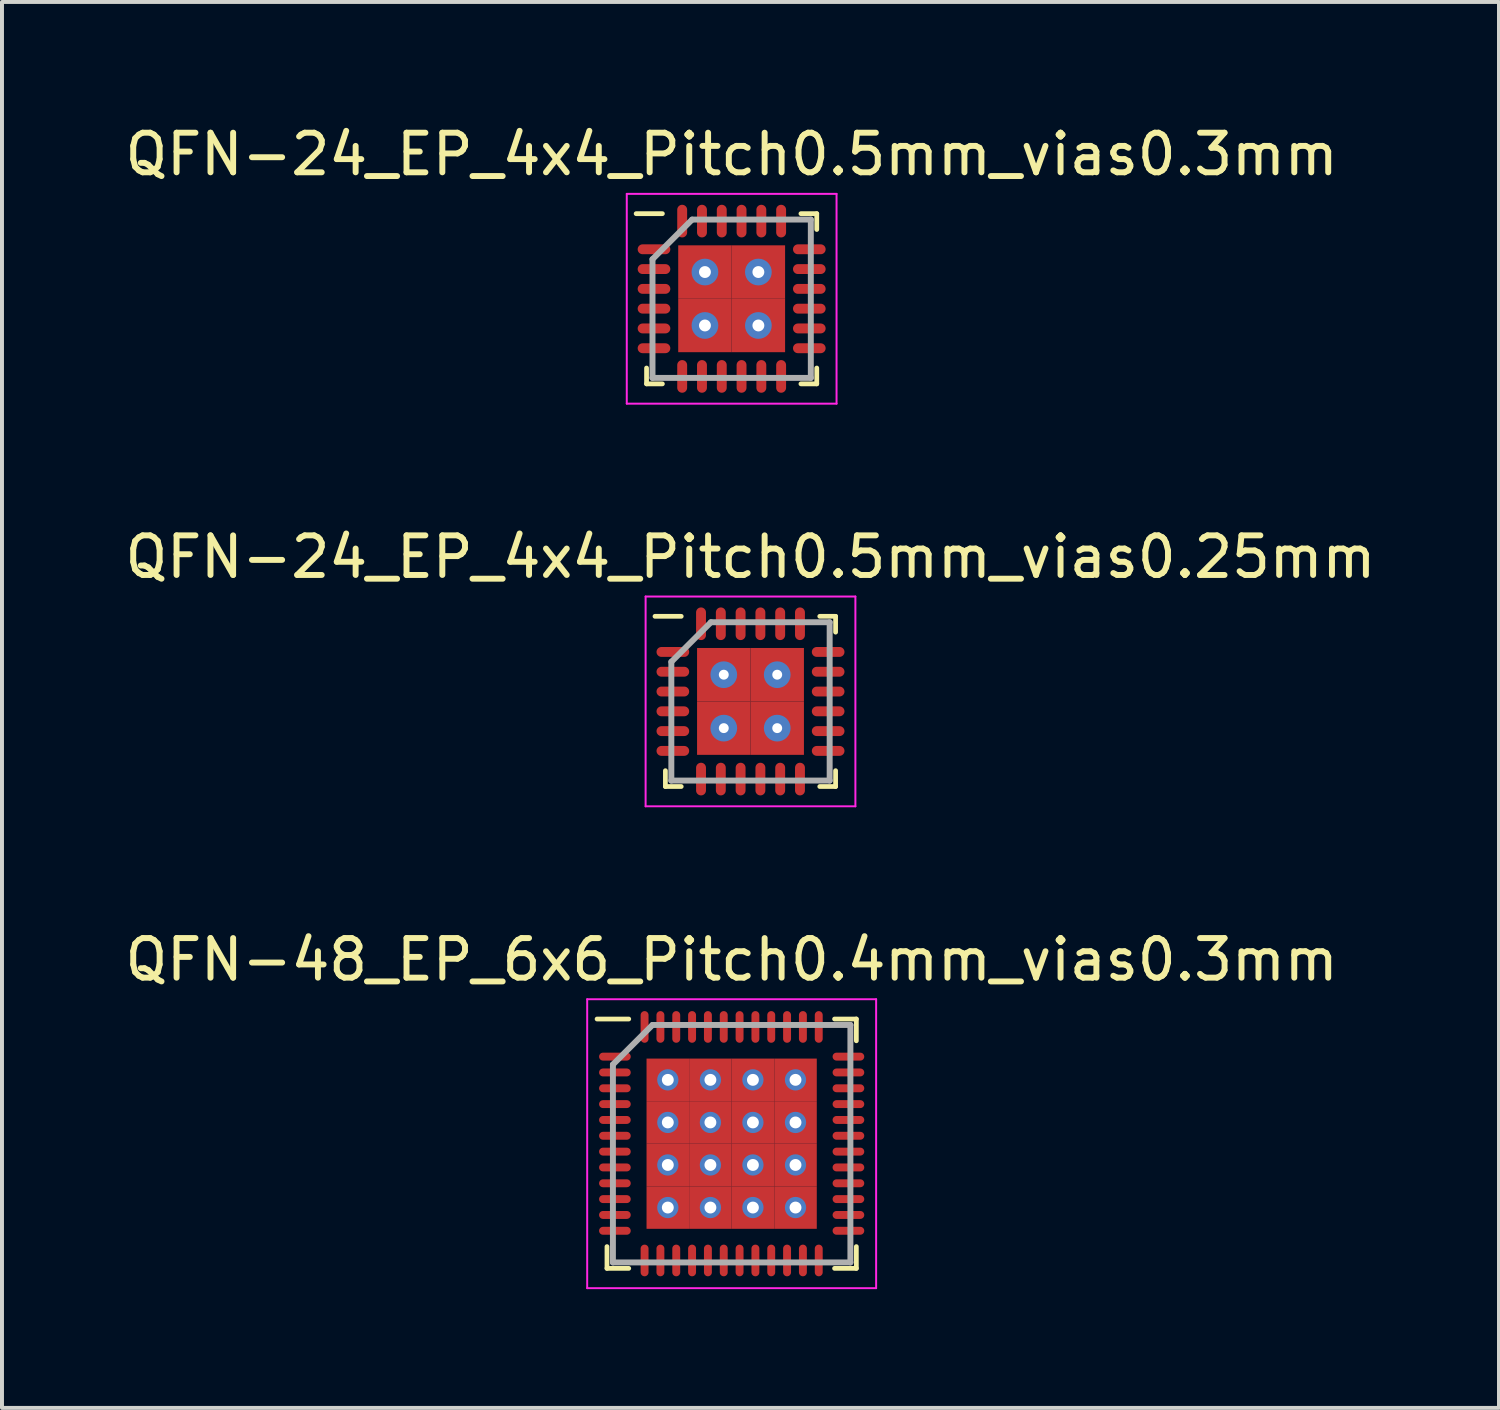
<source format=kicad_pcb>
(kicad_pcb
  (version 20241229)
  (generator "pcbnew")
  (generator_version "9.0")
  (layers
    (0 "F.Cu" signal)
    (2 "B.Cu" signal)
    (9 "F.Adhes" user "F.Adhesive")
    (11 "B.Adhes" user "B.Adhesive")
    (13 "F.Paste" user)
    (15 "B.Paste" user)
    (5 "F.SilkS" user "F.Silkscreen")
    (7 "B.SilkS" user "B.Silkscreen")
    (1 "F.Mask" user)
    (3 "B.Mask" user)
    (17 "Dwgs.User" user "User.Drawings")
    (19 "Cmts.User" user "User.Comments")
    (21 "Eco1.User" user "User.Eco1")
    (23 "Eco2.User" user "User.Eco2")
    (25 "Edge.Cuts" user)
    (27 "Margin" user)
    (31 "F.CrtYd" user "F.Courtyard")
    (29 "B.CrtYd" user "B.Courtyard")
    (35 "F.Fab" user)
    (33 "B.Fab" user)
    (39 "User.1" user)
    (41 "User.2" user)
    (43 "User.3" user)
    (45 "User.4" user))
  (footprint "QFN-48_EP_6x6_Pitch0.4mm_vias0.3mm"
    (layer "F.Cu")
    (at 15.435 25.845)
    (property "Reference" "QFN-48_EP_6x6_Pitch0.4mm_vias0.3mm" (at 0 -4.65 0) (layer "F.SilkS") (effects (font (size 1 1) (thickness 0.15))))
    (attr through_hole)
    (fp_line (start -3.15 3.15) (end -3.15 2.6) (stroke (width 0.12) (type default)) (layer "F.SilkS"))
    (fp_line (start -2.6 -3.15) (end -3.4 -3.15) (stroke (width 0.12) (type default)) (layer "F.SilkS"))
    (fp_line (start -2.6 3.15) (end -3.15 3.15) (stroke (width 0.12) (type default)) (layer "F.SilkS"))
    (fp_line (start 2.6 -3.15) (end 3.15 -3.15) (stroke (width 0.12) (type default)) (layer "F.SilkS"))
    (fp_line (start 2.6 3.15) (end 3.15 3.15) (stroke (width 0.12) (type default)) (layer "F.SilkS"))
    (fp_line (start 3.15 -3.15) (end 3.15 -2.6) (stroke (width 0.12) (type default)) (layer "F.SilkS"))
    (fp_line (start 3.15 3.15) (end 3.15 2.6) (stroke (width 0.12) (type default)) (layer "F.SilkS"))
    (fp_line (start -3.65 -3.65) (end 3.65 -3.65) (stroke (width 0.05) (type default)) (layer "F.CrtYd"))
    (fp_line (start -3.65 3.65) (end -3.65 -3.65) (stroke (width 0.05) (type default)) (layer "F.CrtYd"))
    (fp_line (start 3.65 -3.65) (end 3.65 3.65) (stroke (width 0.05) (type default)) (layer "F.CrtYd"))
    (fp_line (start 3.65 3.65) (end -3.65 3.65) (stroke (width 0.05) (type default)) (layer "F.CrtYd"))
    (fp_line (start -3 -2) (end -3 3) (stroke (width 0.15) (type default)) (layer "F.Fab"))
    (fp_line (start -3 3) (end 3 3) (stroke (width 0.15) (type default)) (layer "F.Fab"))
    (fp_line (start -2 -3) (end -3 -2) (stroke (width 0.15) (type default)) (layer "F.Fab"))
    (fp_line (start 3 -3) (end -2 -3) (stroke (width 0.15) (type default)) (layer "F.Fab"))
    (fp_line (start 3 3) (end 3 -3) (stroke (width 0.15) (type default)) (layer "F.Fab"))
    (pad "1" smd oval (at -2.95 -2.2 90) (size 0.2 0.8) (layers "F.Cu" "F.Mask" "F.Paste"))
    (pad "2" smd oval (at -2.95 -1.8 90) (size 0.2 0.8) (layers "F.Cu" "F.Mask" "F.Paste"))
    (pad "3" smd oval (at -2.95 -1.4 90) (size 0.2 0.8) (layers "F.Cu" "F.Mask" "F.Paste"))
    (pad "4" smd oval (at -2.95 -1 90) (size 0.2 0.8) (layers "F.Cu" "F.Mask" "F.Paste"))
    (pad "5" smd oval (at -2.95 -0.6 90) (size 0.2 0.8) (layers "F.Cu" "F.Mask" "F.Paste"))
    (pad "6" smd oval (at -2.95 -0.2 90) (size 0.2 0.8) (layers "F.Cu" "F.Mask" "F.Paste"))
    (pad "7" smd oval (at -2.95 0.2 90) (size 0.2 0.8) (layers "F.Cu" "F.Mask" "F.Paste"))
    (pad "8" smd oval (at -2.95 0.6 90) (size 0.2 0.8) (layers "F.Cu" "F.Mask" "F.Paste"))
    (pad "9" smd oval (at -2.95 1 90) (size 0.2 0.8) (layers "F.Cu" "F.Mask" "F.Paste"))
    (pad "10" smd oval (at -2.95 1.4 90) (size 0.2 0.8) (layers "F.Cu" "F.Mask" "F.Paste"))
    (pad "11" smd oval (at -2.95 1.8 90) (size 0.2 0.8) (layers "F.Cu" "F.Mask" "F.Paste"))
    (pad "12" smd oval (at -2.95 2.2 90) (size 0.2 0.8) (layers "F.Cu" "F.Mask" "F.Paste"))
    (pad "13" smd oval (at -2.2 2.95) (size 0.2 0.8) (layers "F.Cu" "F.Mask" "F.Paste"))
    (pad "14" smd oval (at -1.8 2.95) (size 0.2 0.8) (layers "F.Cu" "F.Mask" "F.Paste"))
    (pad "15" smd oval (at -1.4 2.95) (size 0.2 0.8) (layers "F.Cu" "F.Mask" "F.Paste"))
    (pad "16" smd oval (at -1 2.95) (size 0.2 0.8) (layers "F.Cu" "F.Mask" "F.Paste"))
    (pad "17" smd oval (at -0.6 2.95) (size 0.2 0.8) (layers "F.Cu" "F.Mask" "F.Paste"))
    (pad "18" smd oval (at -0.2 2.95) (size 0.2 0.8) (layers "F.Cu" "F.Mask" "F.Paste"))
    (pad "19" smd oval (at 0.2 2.95) (size 0.2 0.8) (layers "F.Cu" "F.Mask" "F.Paste"))
    (pad "20" smd oval (at 0.6 2.95) (size 0.2 0.8) (layers "F.Cu" "F.Mask" "F.Paste"))
    (pad "21" smd oval (at 1 2.95) (size 0.2 0.8) (layers "F.Cu" "F.Mask" "F.Paste"))
    (pad "22" smd oval (at 1.4 2.95) (size 0.2 0.8) (layers "F.Cu" "F.Mask" "F.Paste"))
    (pad "23" smd oval (at 1.8 2.95) (size 0.2 0.8) (layers "F.Cu" "F.Mask" "F.Paste"))
    (pad "24" smd oval (at 2.2 2.95) (size 0.2 0.8) (layers "F.Cu" "F.Mask" "F.Paste"))
    (pad "25" smd oval (at 2.95 2.2 90) (size 0.2 0.8) (layers "F.Cu" "F.Mask" "F.Paste"))
    (pad "26" smd oval (at 2.95 1.8 90) (size 0.2 0.8) (layers "F.Cu" "F.Mask" "F.Paste"))
    (pad "27" smd oval (at 2.95 1.4 90) (size 0.2 0.8) (layers "F.Cu" "F.Mask" "F.Paste"))
    (pad "28" smd oval (at 2.95 1 90) (size 0.2 0.8) (layers "F.Cu" "F.Mask" "F.Paste"))
    (pad "29" smd oval (at 2.95 0.6 90) (size 0.2 0.8) (layers "F.Cu" "F.Mask" "F.Paste"))
    (pad "30" smd oval (at 2.95 0.2 90) (size 0.2 0.8) (layers "F.Cu" "F.Mask" "F.Paste"))
    (pad "31" smd oval (at 2.95 -0.2 90) (size 0.2 0.8) (layers "F.Cu" "F.Mask" "F.Paste"))
    (pad "32" smd oval (at 2.95 -0.6 90) (size 0.2 0.8) (layers "F.Cu" "F.Mask" "F.Paste"))
    (pad "33" smd oval (at 2.95 -1 90) (size 0.2 0.8) (layers "F.Cu" "F.Mask" "F.Paste"))
    (pad "34" smd oval (at 2.95 -1.4 90) (size 0.2 0.8) (layers "F.Cu" "F.Mask" "F.Paste"))
    (pad "35" smd oval (at 2.95 -1.8 90) (size 0.2 0.8) (layers "F.Cu" "F.Mask" "F.Paste"))
    (pad "36" smd oval (at 2.95 -2.2 90) (size 0.2 0.8) (layers "F.Cu" "F.Mask" "F.Paste"))
    (pad "37" smd oval (at 2.2 -2.95) (size 0.2 0.8) (layers "F.Cu" "F.Mask" "F.Paste"))
    (pad "38" smd oval (at 1.8 -2.95) (size 0.2 0.8) (layers "F.Cu" "F.Mask" "F.Paste"))
    (pad "39" smd oval (at 1.4 -2.95) (size 0.2 0.8) (layers "F.Cu" "F.Mask" "F.Paste"))
    (pad "40" smd oval (at 1 -2.95) (size 0.2 0.8) (layers "F.Cu" "F.Mask" "F.Paste"))
    (pad "41" smd oval (at 0.6 -2.95) (size 0.2 0.8) (layers "F.Cu" "F.Mask" "F.Paste"))
    (pad "42" smd oval (at 0.2 -2.95) (size 0.2 0.8) (layers "F.Cu" "F.Mask" "F.Paste"))
    (pad "43" smd oval (at -0.2 -2.95) (size 0.2 0.8) (layers "F.Cu" "F.Mask" "F.Paste"))
    (pad "44" smd oval (at -0.6 -2.95) (size 0.2 0.8) (layers "F.Cu" "F.Mask" "F.Paste"))
    (pad "45" smd oval (at -1 -2.95) (size 0.2 0.8) (layers "F.Cu" "F.Mask" "F.Paste"))
    (pad "46" smd oval (at -1.4 -2.95) (size 0.2 0.8) (layers "F.Cu" "F.Mask" "F.Paste"))
    (pad "47" smd oval (at -1.8 -2.95) (size 0.2 0.8) (layers "F.Cu" "F.Mask" "F.Paste"))
    (pad "48" smd oval (at -2.2 -2.95) (size 0.2 0.8) (layers "F.Cu" "F.Mask" "F.Paste"))
    (pad "49" thru_hole circle (at -1.613 -1.613) (size 0.537 0.537) (drill 0.3) (layers "*.Cu" "*.Mask"))
    (pad "49" smd rect (at -1.613 -1.613) (size 1.075 1.075) (layers "F.Cu" "F.Mask" "F.Paste"))
    (pad "49" thru_hole circle (at -1.613 -0.537) (size 0.537 0.537) (drill 0.3) (layers "*.Cu" "*.Mask"))
    (pad "49" smd rect (at -1.613 -0.537) (size 1.075 1.075) (layers "F.Cu" "F.Mask" "F.Paste"))
    (pad "49" thru_hole circle (at -1.613 0.537) (size 0.537 0.537) (drill 0.3) (layers "*.Cu" "*.Mask"))
    (pad "49" smd rect (at -1.613 0.537) (size 1.075 1.075) (layers "F.Cu" "F.Mask" "F.Paste"))
    (pad "49" thru_hole circle (at -1.613 1.613) (size 0.537 0.537) (drill 0.3) (layers "*.Cu" "*.Mask"))
    (pad "49" smd rect (at -1.613 1.613) (size 1.075 1.075) (layers "F.Cu" "F.Mask" "F.Paste"))
    (pad "49" thru_hole circle (at -0.537 -1.613) (size 0.537 0.537) (drill 0.3) (layers "*.Cu" "*.Mask"))
    (pad "49" smd rect (at -0.537 -1.613) (size 1.075 1.075) (layers "F.Cu" "F.Mask" "F.Paste"))
    (pad "49" thru_hole circle (at -0.537 -0.537) (size 0.537 0.537) (drill 0.3) (layers "*.Cu" "*.Mask"))
    (pad "49" smd rect (at -0.537 -0.537) (size 1.075 1.075) (layers "F.Cu" "F.Mask" "F.Paste"))
    (pad "49" thru_hole circle (at -0.537 0.537) (size 0.537 0.537) (drill 0.3) (layers "*.Cu" "*.Mask"))
    (pad "49" smd rect (at -0.537 0.537) (size 1.075 1.075) (layers "F.Cu" "F.Mask" "F.Paste"))
    (pad "49" thru_hole circle (at -0.537 1.613) (size 0.537 0.537) (drill 0.3) (layers "*.Cu" "*.Mask"))
    (pad "49" smd rect (at -0.537 1.613) (size 1.075 1.075) (layers "F.Cu" "F.Mask" "F.Paste"))
    (pad "49" thru_hole circle (at 0.537 -1.613) (size 0.537 0.537) (drill 0.3) (layers "*.Cu" "*.Mask"))
    (pad "49" smd rect (at 0.537 -1.613) (size 1.075 1.075) (layers "F.Cu" "F.Mask" "F.Paste"))
    (pad "49" thru_hole circle (at 0.537 -0.537) (size 0.537 0.537) (drill 0.3) (layers "*.Cu" "*.Mask"))
    (pad "49" smd rect (at 0.537 -0.537) (size 1.075 1.075) (layers "F.Cu" "F.Mask" "F.Paste"))
    (pad "49" thru_hole circle (at 0.537 0.537) (size 0.537 0.537) (drill 0.3) (layers "*.Cu" "*.Mask"))
    (pad "49" smd rect (at 0.537 0.537) (size 1.075 1.075) (layers "F.Cu" "F.Mask" "F.Paste"))
    (pad "49" thru_hole circle (at 0.537 1.613) (size 0.537 0.537) (drill 0.3) (layers "*.Cu" "*.Mask"))
    (pad "49" smd rect (at 0.537 1.613) (size 1.075 1.075) (layers "F.Cu" "F.Mask" "F.Paste"))
    (pad "49" thru_hole circle (at 1.613 -1.613) (size 0.537 0.537) (drill 0.3) (layers "*.Cu" "*.Mask"))
    (pad "49" smd rect (at 1.613 -1.613) (size 1.075 1.075) (layers "F.Cu" "F.Mask" "F.Paste"))
    (pad "49" thru_hole circle (at 1.613 -0.537) (size 0.537 0.537) (drill 0.3) (layers "*.Cu" "*.Mask"))
    (pad "49" smd rect (at 1.613 -0.537) (size 1.075 1.075) (layers "F.Cu" "F.Mask" "F.Paste"))
    (pad "49" thru_hole circle (at 1.613 0.537) (size 0.537 0.537) (drill 0.3) (layers "*.Cu" "*.Mask"))
    (pad "49" smd rect (at 1.613 0.537) (size 1.075 1.075) (layers "F.Cu" "F.Mask" "F.Paste"))
    (pad "49" thru_hole circle (at 1.613 1.613) (size 0.537 0.537) (drill 0.3) (layers "*.Cu" "*.Mask"))
    (pad "49" smd rect (at 1.613 1.613) (size 1.075 1.075) (layers "F.Cu" "F.Mask" "F.Paste")))
  (footprint "QFN-24_EP_4x4_Pitch0.5mm_vias0.25mm"
    (layer "F.Cu")
    (at 15.911 14.671)
    (property "Reference" "QFN-24_EP_4x4_Pitch0.5mm_vias0.25mm" (at 0 -3.65 0) (layer "F.SilkS") (effects (font (size 1 1) (thickness 0.15))))
    (attr through_hole)
    (fp_line (start -2.15 2.15) (end -2.15 1.75) (stroke (width 0.12) (type default)) (layer "F.SilkS"))
    (fp_line (start -1.75 -2.15) (end -2.413 -2.15) (stroke (width 0.12) (type default)) (layer "F.SilkS"))
    (fp_line (start -1.75 2.15) (end -2.15 2.15) (stroke (width 0.12) (type default)) (layer "F.SilkS"))
    (fp_line (start 1.75 -2.15) (end 2.15 -2.15) (stroke (width 0.12) (type default)) (layer "F.SilkS"))
    (fp_line (start 1.75 2.15) (end 2.15 2.15) (stroke (width 0.12) (type default)) (layer "F.SilkS"))
    (fp_line (start 2.15 -2.15) (end 2.15 -1.75) (stroke (width 0.12) (type default)) (layer "F.SilkS"))
    (fp_line (start 2.15 2.15) (end 2.15 1.75) (stroke (width 0.12) (type default)) (layer "F.SilkS"))
    (fp_line (start -2.65 -2.65) (end 2.65 -2.65) (stroke (width 0.05) (type default)) (layer "F.CrtYd"))
    (fp_line (start -2.65 2.65) (end -2.65 -2.65) (stroke (width 0.05) (type default)) (layer "F.CrtYd"))
    (fp_line (start 2.65 -2.65) (end 2.65 2.65) (stroke (width 0.05) (type default)) (layer "F.CrtYd"))
    (fp_line (start 2.65 2.65) (end -2.65 2.65) (stroke (width 0.05) (type default)) (layer "F.CrtYd"))
    (fp_line (start -2 -1) (end -2 2) (stroke (width 0.15) (type default)) (layer "F.Fab"))
    (fp_line (start -2 2) (end 2 2) (stroke (width 0.15) (type default)) (layer "F.Fab"))
    (fp_line (start -1 -2) (end -2 -1) (stroke (width 0.15) (type default)) (layer "F.Fab"))
    (fp_line (start 2 -2) (end -1 -2) (stroke (width 0.15) (type default)) (layer "F.Fab"))
    (fp_line (start 2 2) (end 2 -2) (stroke (width 0.15) (type default)) (layer "F.Fab"))
    (pad "1" smd oval (at -1.962 -1.25 90) (size 0.25 0.825) (layers "F.Cu" "F.Mask" "F.Paste"))
    (pad "2" smd oval (at -1.962 -0.75 90) (size 0.25 0.825) (layers "F.Cu" "F.Mask" "F.Paste"))
    (pad "3" smd oval (at -1.962 -0.25 90) (size 0.25 0.825) (layers "F.Cu" "F.Mask" "F.Paste"))
    (pad "4" smd oval (at -1.962 0.25 90) (size 0.25 0.825) (layers "F.Cu" "F.Mask" "F.Paste"))
    (pad "5" smd oval (at -1.962 0.75 90) (size 0.25 0.825) (layers "F.Cu" "F.Mask" "F.Paste"))
    (pad "6" smd oval (at -1.962 1.25 90) (size 0.25 0.825) (layers "F.Cu" "F.Mask" "F.Paste"))
    (pad "7" smd oval (at -1.25 1.962) (size 0.25 0.825) (layers "F.Cu" "F.Mask" "F.Paste"))
    (pad "8" smd oval (at -0.75 1.962) (size 0.25 0.825) (layers "F.Cu" "F.Mask" "F.Paste"))
    (pad "9" smd oval (at -0.25 1.962) (size 0.25 0.825) (layers "F.Cu" "F.Mask" "F.Paste"))
    (pad "10" smd oval (at 0.25 1.962) (size 0.25 0.825) (layers "F.Cu" "F.Mask" "F.Paste"))
    (pad "11" smd oval (at 0.75 1.962) (size 0.25 0.825) (layers "F.Cu" "F.Mask" "F.Paste"))
    (pad "12" smd oval (at 1.25 1.962) (size 0.25 0.825) (layers "F.Cu" "F.Mask" "F.Paste"))
    (pad "13" smd oval (at 1.962 1.25 90) (size 0.25 0.825) (layers "F.Cu" "F.Mask" "F.Paste"))
    (pad "14" smd oval (at 1.962 0.75 90) (size 0.25 0.825) (layers "F.Cu" "F.Mask" "F.Paste"))
    (pad "15" smd oval (at 1.962 0.25 90) (size 0.25 0.825) (layers "F.Cu" "F.Mask" "F.Paste"))
    (pad "16" smd oval (at 1.962 -0.25 90) (size 0.25 0.825) (layers "F.Cu" "F.Mask" "F.Paste"))
    (pad "17" smd oval (at 1.962 -0.75 90) (size 0.25 0.825) (layers "F.Cu" "F.Mask" "F.Paste"))
    (pad "18" smd oval (at 1.962 -1.25 90) (size 0.25 0.825) (layers "F.Cu" "F.Mask" "F.Paste"))
    (pad "19" smd oval (at 1.25 -1.962) (size 0.25 0.825) (layers "F.Cu" "F.Mask" "F.Paste"))
    (pad "20" smd oval (at 0.75 -1.962) (size 0.25 0.825) (layers "F.Cu" "F.Mask" "F.Paste"))
    (pad "21" smd oval (at 0.25 -1.962) (size 0.25 0.825) (layers "F.Cu" "F.Mask" "F.Paste"))
    (pad "22" smd oval (at -0.25 -1.962) (size 0.25 0.825) (layers "F.Cu" "F.Mask" "F.Paste"))
    (pad "23" smd oval (at -0.75 -1.962) (size 0.25 0.825) (layers "F.Cu" "F.Mask" "F.Paste"))
    (pad "24" smd oval (at -1.25 -1.962) (size 0.25 0.825) (layers "F.Cu" "F.Mask" "F.Paste"))
    (pad "25" thru_hole circle (at -0.675 -0.675) (size 0.675 0.675) (drill 0.25) (layers "*.Cu" "*.Mask"))
    (pad "25" smd rect (at -0.675 -0.675) (size 1.35 1.35) (layers "F.Cu" "F.Mask" "F.Paste"))
    (pad "25" thru_hole circle (at -0.675 0.675) (size 0.675 0.675) (drill 0.25) (layers "*.Cu" "*.Mask"))
    (pad "25" smd rect (at -0.675 0.675) (size 1.35 1.35) (layers "F.Cu" "F.Mask" "F.Paste"))
    (pad "25" thru_hole circle (at 0.675 -0.675) (size 0.675 0.675) (drill 0.25) (layers "*.Cu" "*.Mask"))
    (pad "25" smd rect (at 0.675 -0.675) (size 1.35 1.35) (layers "F.Cu" "F.Mask" "F.Paste"))
    (pad "25" thru_hole circle (at 0.675 0.675) (size 0.675 0.675) (drill 0.25) (layers "*.Cu" "*.Mask"))
    (pad "25" smd rect (at 0.675 0.675) (size 1.35 1.35) (layers "F.Cu" "F.Mask" "F.Paste")))
  (footprint "QFN-24_EP_4x4_Pitch0.5mm_vias0.3mm"
    (layer "F.Cu")
    (at 15.435 4.498)
    (property "Reference" "QFN-24_EP_4x4_Pitch0.5mm_vias0.3mm" (at 0 -3.65 0) (layer "F.SilkS") (effects (font (size 1 1) (thickness 0.15))))
    (attr through_hole)
    (fp_line (start -2.15 2.15) (end -2.15 1.75) (stroke (width 0.12) (type default)) (layer "F.SilkS"))
    (fp_line (start -1.75 -2.15) (end -2.413 -2.15) (stroke (width 0.12) (type default)) (layer "F.SilkS"))
    (fp_line (start -1.75 2.15) (end -2.15 2.15) (stroke (width 0.12) (type default)) (layer "F.SilkS"))
    (fp_line (start 1.75 -2.15) (end 2.15 -2.15) (stroke (width 0.12) (type default)) (layer "F.SilkS"))
    (fp_line (start 1.75 2.15) (end 2.15 2.15) (stroke (width 0.12) (type default)) (layer "F.SilkS"))
    (fp_line (start 2.15 -2.15) (end 2.15 -1.75) (stroke (width 0.12) (type default)) (layer "F.SilkS"))
    (fp_line (start 2.15 2.15) (end 2.15 1.75) (stroke (width 0.12) (type default)) (layer "F.SilkS"))
    (fp_line (start -2.65 -2.65) (end 2.65 -2.65) (stroke (width 0.05) (type default)) (layer "F.CrtYd"))
    (fp_line (start -2.65 2.65) (end -2.65 -2.65) (stroke (width 0.05) (type default)) (layer "F.CrtYd"))
    (fp_line (start 2.65 -2.65) (end 2.65 2.65) (stroke (width 0.05) (type default)) (layer "F.CrtYd"))
    (fp_line (start 2.65 2.65) (end -2.65 2.65) (stroke (width 0.05) (type default)) (layer "F.CrtYd"))
    (fp_line (start -2 -1) (end -2 2) (stroke (width 0.15) (type default)) (layer "F.Fab"))
    (fp_line (start -2 2) (end 2 2) (stroke (width 0.15) (type default)) (layer "F.Fab"))
    (fp_line (start -1 -2) (end -2 -1) (stroke (width 0.15) (type default)) (layer "F.Fab"))
    (fp_line (start 2 -2) (end -1 -2) (stroke (width 0.15) (type default)) (layer "F.Fab"))
    (fp_line (start 2 2) (end 2 -2) (stroke (width 0.15) (type default)) (layer "F.Fab"))
    (pad "1" smd oval (at -1.962 -1.25 90) (size 0.25 0.825) (layers "F.Cu" "F.Mask" "F.Paste"))
    (pad "2" smd oval (at -1.962 -0.75 90) (size 0.25 0.825) (layers "F.Cu" "F.Mask" "F.Paste"))
    (pad "3" smd oval (at -1.962 -0.25 90) (size 0.25 0.825) (layers "F.Cu" "F.Mask" "F.Paste"))
    (pad "4" smd oval (at -1.962 0.25 90) (size 0.25 0.825) (layers "F.Cu" "F.Mask" "F.Paste"))
    (pad "5" smd oval (at -1.962 0.75 90) (size 0.25 0.825) (layers "F.Cu" "F.Mask" "F.Paste"))
    (pad "6" smd oval (at -1.962 1.25 90) (size 0.25 0.825) (layers "F.Cu" "F.Mask" "F.Paste"))
    (pad "7" smd oval (at -1.25 1.962) (size 0.25 0.825) (layers "F.Cu" "F.Mask" "F.Paste"))
    (pad "8" smd oval (at -0.75 1.962) (size 0.25 0.825) (layers "F.Cu" "F.Mask" "F.Paste"))
    (pad "9" smd oval (at -0.25 1.962) (size 0.25 0.825) (layers "F.Cu" "F.Mask" "F.Paste"))
    (pad "10" smd oval (at 0.25 1.962) (size 0.25 0.825) (layers "F.Cu" "F.Mask" "F.Paste"))
    (pad "11" smd oval (at 0.75 1.962) (size 0.25 0.825) (layers "F.Cu" "F.Mask" "F.Paste"))
    (pad "12" smd oval (at 1.25 1.962) (size 0.25 0.825) (layers "F.Cu" "F.Mask" "F.Paste"))
    (pad "13" smd oval (at 1.962 1.25 90) (size 0.25 0.825) (layers "F.Cu" "F.Mask" "F.Paste"))
    (pad "14" smd oval (at 1.962 0.75 90) (size 0.25 0.825) (layers "F.Cu" "F.Mask" "F.Paste"))
    (pad "15" smd oval (at 1.962 0.25 90) (size 0.25 0.825) (layers "F.Cu" "F.Mask" "F.Paste"))
    (pad "16" smd oval (at 1.962 -0.25 90) (size 0.25 0.825) (layers "F.Cu" "F.Mask" "F.Paste"))
    (pad "17" smd oval (at 1.962 -0.75 90) (size 0.25 0.825) (layers "F.Cu" "F.Mask" "F.Paste"))
    (pad "18" smd oval (at 1.962 -1.25 90) (size 0.25 0.825) (layers "F.Cu" "F.Mask" "F.Paste"))
    (pad "19" smd oval (at 1.25 -1.962) (size 0.25 0.825) (layers "F.Cu" "F.Mask" "F.Paste"))
    (pad "20" smd oval (at 0.75 -1.962) (size 0.25 0.825) (layers "F.Cu" "F.Mask" "F.Paste"))
    (pad "21" smd oval (at 0.25 -1.962) (size 0.25 0.825) (layers "F.Cu" "F.Mask" "F.Paste"))
    (pad "22" smd oval (at -0.25 -1.962) (size 0.25 0.825) (layers "F.Cu" "F.Mask" "F.Paste"))
    (pad "23" smd oval (at -0.75 -1.962) (size 0.25 0.825) (layers "F.Cu" "F.Mask" "F.Paste"))
    (pad "24" smd oval (at -1.25 -1.962) (size 0.25 0.825) (layers "F.Cu" "F.Mask" "F.Paste"))
    (pad "25" thru_hole circle (at -0.675 -0.675) (size 0.675 0.675) (drill 0.3) (layers "*.Cu" "*.Mask"))
    (pad "25" smd rect (at -0.675 -0.675) (size 1.35 1.35) (layers "F.Cu" "F.Mask" "F.Paste"))
    (pad "25" thru_hole circle (at -0.675 0.675) (size 0.675 0.675) (drill 0.3) (layers "*.Cu" "*.Mask"))
    (pad "25" smd rect (at -0.675 0.675) (size 1.35 1.35) (layers "F.Cu" "F.Mask" "F.Paste"))
    (pad "25" thru_hole circle (at 0.675 -0.675) (size 0.675 0.675) (drill 0.3) (layers "*.Cu" "*.Mask"))
    (pad "25" smd rect (at 0.675 -0.675) (size 1.35 1.35) (layers "F.Cu" "F.Mask" "F.Paste"))
    (pad "25" thru_hole circle (at 0.675 0.675) (size 0.675 0.675) (drill 0.3) (layers "*.Cu" "*.Mask"))
    (pad "25" smd rect (at 0.675 0.675) (size 1.35 1.35) (layers "F.Cu" "F.Mask" "F.Paste")))
  (gr_rect
    (start -3 -3)
    (end 34.821 32.52)
    (stroke (width 0.1) (type default))
    (fill no)
    (layer "Edge.Cuts")))
</source>
